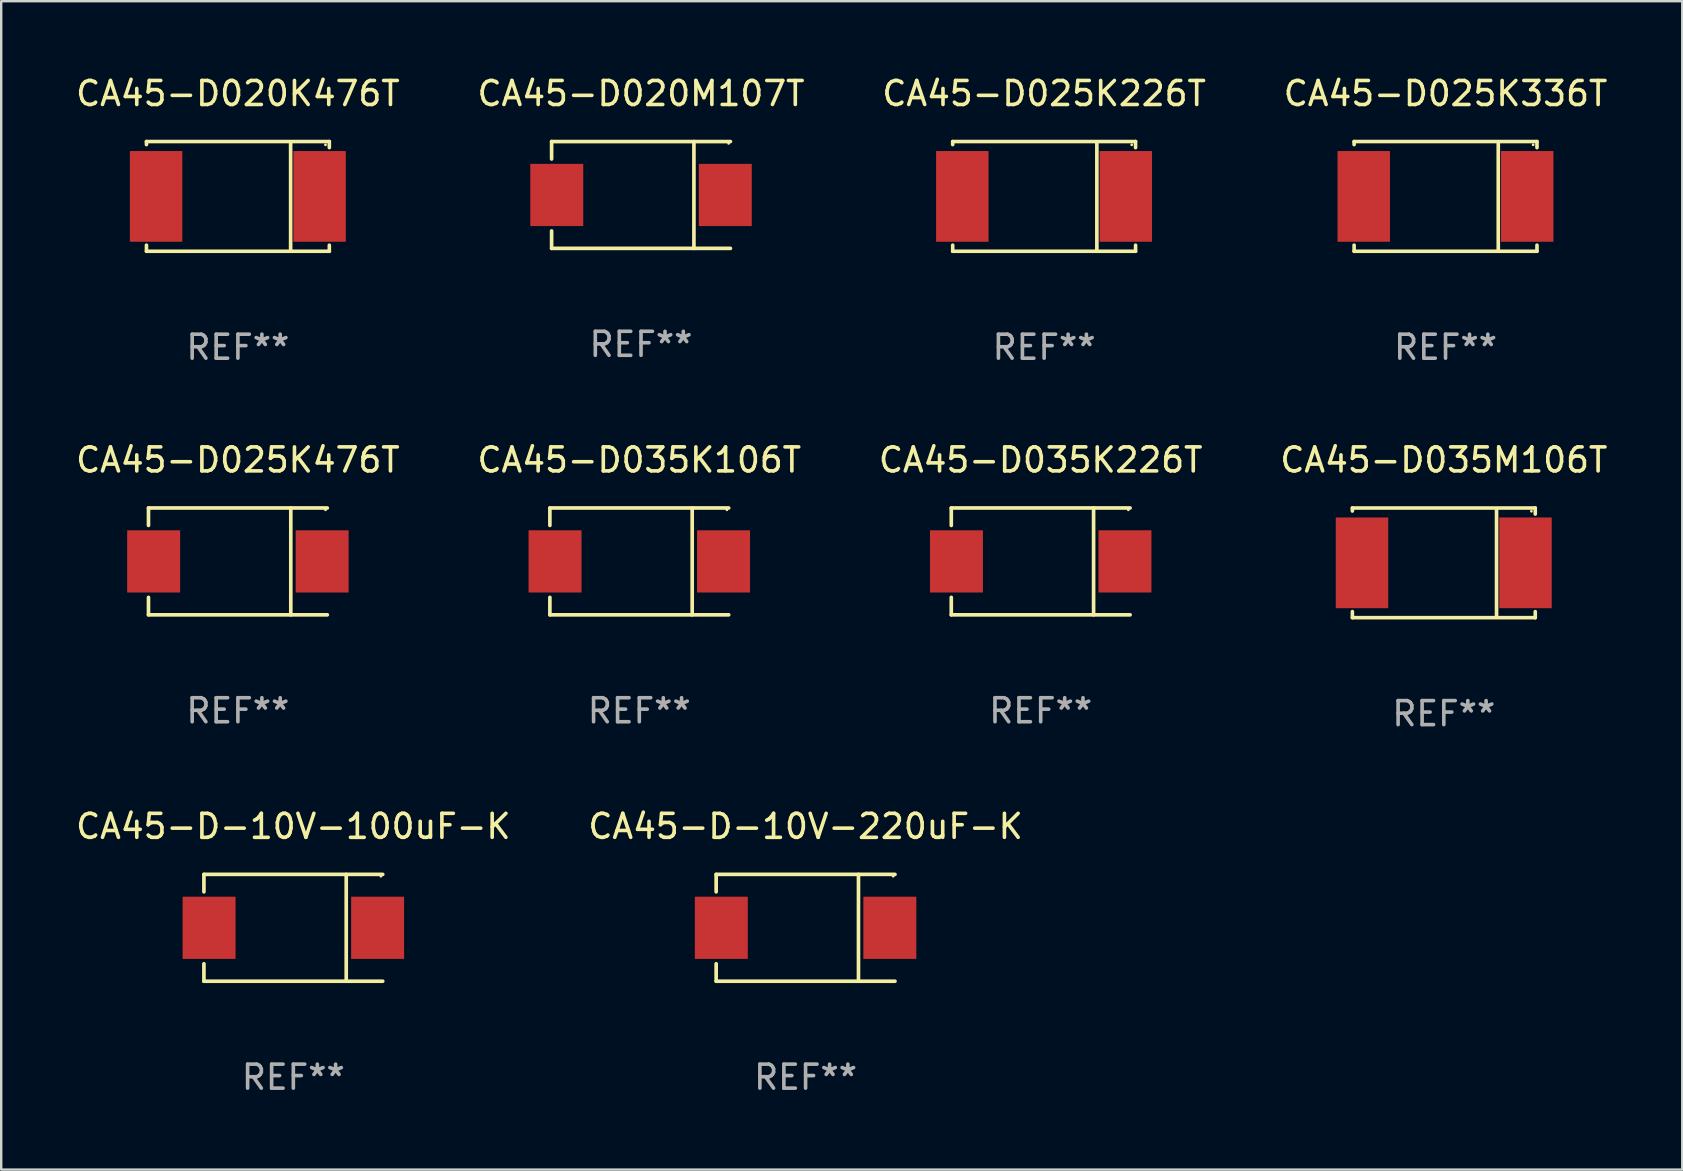
<source format=kicad_pcb>
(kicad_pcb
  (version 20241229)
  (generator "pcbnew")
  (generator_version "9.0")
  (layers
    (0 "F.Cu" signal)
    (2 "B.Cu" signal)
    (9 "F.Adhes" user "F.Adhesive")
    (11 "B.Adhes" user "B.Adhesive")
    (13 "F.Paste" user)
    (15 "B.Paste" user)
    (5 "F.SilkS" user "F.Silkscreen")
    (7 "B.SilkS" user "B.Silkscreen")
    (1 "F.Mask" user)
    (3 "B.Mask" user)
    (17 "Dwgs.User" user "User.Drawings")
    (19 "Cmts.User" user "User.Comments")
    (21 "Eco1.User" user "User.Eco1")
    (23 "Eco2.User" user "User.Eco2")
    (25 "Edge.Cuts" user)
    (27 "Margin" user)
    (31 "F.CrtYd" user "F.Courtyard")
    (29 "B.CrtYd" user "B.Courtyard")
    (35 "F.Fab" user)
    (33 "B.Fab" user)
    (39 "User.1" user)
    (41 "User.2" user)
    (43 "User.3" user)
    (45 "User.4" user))
  (footprint "CA45-D035K106T"
    (layer "F.Cu")
    (at 23.589 20.343)
    (property "Reference" "CA45-D035K106T" (at 0 -4.226 0) (layer "F.SilkS") (effects (font (size 1 1) (thickness 0.15))))
    (attr through_hole)
    (fp_line (start -3.726 -2.226) (end -3.726 -1.499) (stroke (width 0.152) (type solid)) (layer "F.SilkS"))
    (fp_line (start -3.726 -2.226) (end 3.726 -2.226) (stroke (width 0.152) (type solid)) (layer "F.SilkS"))
    (fp_line (start -3.726 2.226) (end -3.726 1.499) (stroke (width 0.152) (type solid)) (layer "F.SilkS"))
    (fp_line (start -3.726 2.226) (end 3.726 2.226) (stroke (width 0.152) (type solid)) (layer "F.SilkS"))
    (fp_line (start 2.204 -2.226) (end 2.204 2.226) (stroke (width 0.152) (type solid)) (layer "F.SilkS"))
    (fp_circle (center 3.65 -2.15) (end 3.68 -2.15) (stroke (width 0.06) (type solid)) (fill no) (layer "F.SilkS"))
    (fp_text user "REF**" (at 0 6.226 0) (layer "F.Fab") (effects (font (size 1 1) (thickness 0.15))))
    (pad "1" smd rect (at 3.511 0) (size 2.207 2.592) (layers "F.Cu" "F.Mask" "F.Paste"))
    (pad "2" smd rect (at -3.511 0) (size 2.207 2.592) (layers "F.Cu" "F.Mask" "F.Paste")))
  (footprint "CA45-D035K226T"
    (layer "F.Cu")
    (at 40.315 20.343)
    (property "Reference" "CA45-D035K226T" (at 0 -4.226 0) (layer "F.SilkS") (effects (font (size 1 1) (thickness 0.15))))
    (attr through_hole)
    (fp_line (start -3.726 -2.226) (end -3.726 -1.499) (stroke (width 0.152) (type solid)) (layer "F.SilkS"))
    (fp_line (start -3.726 -2.226) (end 3.726 -2.226) (stroke (width 0.152) (type solid)) (layer "F.SilkS"))
    (fp_line (start -3.726 2.226) (end -3.726 1.499) (stroke (width 0.152) (type solid)) (layer "F.SilkS"))
    (fp_line (start -3.726 2.226) (end 3.726 2.226) (stroke (width 0.152) (type solid)) (layer "F.SilkS"))
    (fp_line (start 2.204 -2.226) (end 2.204 2.226) (stroke (width 0.152) (type solid)) (layer "F.SilkS"))
    (fp_circle (center 3.65 -2.15) (end 3.68 -2.15) (stroke (width 0.06) (type solid)) (fill no) (layer "F.SilkS"))
    (fp_text user "REF**" (at 0 6.226 0) (layer "F.Fab") (effects (font (size 1 1) (thickness 0.15))))
    (pad "1" smd rect (at 3.511 0) (size 2.207 2.592) (layers "F.Cu" "F.Mask" "F.Paste"))
    (pad "2" smd rect (at -3.511 0) (size 2.207 2.592) (layers "F.Cu" "F.Mask" "F.Paste")))
  (footprint "CA45-D020M107T"
    (layer "F.Cu")
    (at 23.661 5.074)
    (property "Reference" "CA45-D020M107T" (at 0 -4.226 0) (layer "F.SilkS") (effects (font (size 1 1) (thickness 0.15))))
    (attr through_hole)
    (fp_line (start -3.726 -2.226) (end -3.726 -1.499) (stroke (width 0.152) (type solid)) (layer "F.SilkS"))
    (fp_line (start -3.726 -2.226) (end 3.726 -2.226) (stroke (width 0.152) (type solid)) (layer "F.SilkS"))
    (fp_line (start -3.726 2.226) (end -3.726 1.499) (stroke (width 0.152) (type solid)) (layer "F.SilkS"))
    (fp_line (start -3.726 2.226) (end 3.726 2.226) (stroke (width 0.152) (type solid)) (layer "F.SilkS"))
    (fp_line (start 2.204 -2.226) (end 2.204 2.226) (stroke (width 0.152) (type solid)) (layer "F.SilkS"))
    (fp_circle (center 3.65 -2.15) (end 3.68 -2.15) (stroke (width 0.06) (type solid)) (fill no) (layer "F.SilkS"))
    (fp_text user "REF**" (at 0 6.226 0) (layer "F.Fab") (effects (font (size 1 1) (thickness 0.15))))
    (pad "1" smd rect (at 3.511 0) (size 2.207 2.592) (layers "F.Cu" "F.Mask" "F.Paste"))
    (pad "2" smd rect (at -3.511 0) (size 2.207 2.592) (layers "F.Cu" "F.Mask" "F.Paste")))
  (footprint "CA45-D025K476T"
    (layer "F.Cu")
    (at 6.863 20.343)
    (property "Reference" "CA45-D025K476T" (at 0 -4.226 0) (layer "F.SilkS") (effects (font (size 1 1) (thickness 0.15))))
    (attr through_hole)
    (fp_line (start -3.726 -2.226) (end -3.726 -1.499) (stroke (width 0.152) (type solid)) (layer "F.SilkS"))
    (fp_line (start -3.726 -2.226) (end 3.726 -2.226) (stroke (width 0.152) (type solid)) (layer "F.SilkS"))
    (fp_line (start -3.726 2.226) (end -3.726 1.499) (stroke (width 0.152) (type solid)) (layer "F.SilkS"))
    (fp_line (start -3.726 2.226) (end 3.726 2.226) (stroke (width 0.152) (type solid)) (layer "F.SilkS"))
    (fp_line (start 2.204 -2.226) (end 2.204 2.226) (stroke (width 0.152) (type solid)) (layer "F.SilkS"))
    (fp_circle (center 3.65 -2.15) (end 3.68 -2.15) (stroke (width 0.06) (type solid)) (fill no) (layer "F.SilkS"))
    (fp_text user "REF**" (at 0 6.226 0) (layer "F.Fab") (effects (font (size 1 1) (thickness 0.15))))
    (pad "1" smd rect (at 3.511 0) (size 2.207 2.592) (layers "F.Cu" "F.Mask" "F.Paste"))
    (pad "2" smd rect (at -3.511 0) (size 2.207 2.592) (layers "F.Cu" "F.Mask" "F.Paste")))
  (footprint "CA45-D025K336T"
    (layer "F.Cu")
    (at 57.185 5.134)
    (property "Reference" "CA45-D025K336T" (at 0 -4.286 0) (layer "F.SilkS") (effects (font (size 1 1) (thickness 0.15))))
    (attr through_hole)
    (fp_line (start -3.81 -2.286) (end -3.81 -2.159) (stroke (width 0.15) (type solid)) (layer "F.SilkS"))
    (fp_line (start -3.81 2.032) (end -3.81 2.286) (stroke (width 0.15) (type solid)) (layer "F.SilkS"))
    (fp_line (start -3.81 2.286) (end 3.81 2.286) (stroke (width 0.15) (type solid)) (layer "F.SilkS"))
    (fp_line (start 2.197 -2.226) (end 2.197 2.226) (stroke (width 0.152) (type solid)) (layer "F.SilkS"))
    (fp_line (start 3.81 -2.286) (end -3.81 -2.286) (stroke (width 0.15) (type solid)) (layer "F.SilkS"))
    (fp_line (start 3.81 -2.032) (end 3.81 -2.286) (stroke (width 0.15) (type solid)) (layer "F.SilkS"))
    (fp_line (start 3.81 2.286) (end 3.81 2.032) (stroke (width 0.15) (type solid)) (layer "F.SilkS"))
    (fp_circle (center 3.65 -2.15) (end 3.68 -2.15) (stroke (width 0.06) (type solid)) (fill no) (layer "F.SilkS"))
    (fp_text user "REF**" (at 0 6.286 0) (layer "F.Fab") (effects (font (size 1 1) (thickness 0.15))))
    (pad "1" smd rect (at 3.404 0 180) (size 2.185 3.78) (layers "F.Cu" "F.Mask" "F.Paste"))
    (pad "2" smd rect (at -3.409 0 180) (size 2.185 3.78) (layers "F.Cu" "F.Mask" "F.Paste")))
  (footprint "CA45-D-10V-220uF-K"
    (layer "F.Cu")
    (at 30.518 35.611)
    (property "Reference" "CA45-D-10V-220uF-K" (at 0 -4.226 0) (layer "F.SilkS") (effects (font (size 1 1) (thickness 0.15))))
    (attr through_hole)
    (fp_line (start -3.726 -2.226) (end -3.726 -1.499) (stroke (width 0.152) (type solid)) (layer "F.SilkS"))
    (fp_line (start -3.726 -2.226) (end 3.726 -2.226) (stroke (width 0.152) (type solid)) (layer "F.SilkS"))
    (fp_line (start -3.726 2.226) (end -3.726 1.499) (stroke (width 0.152) (type solid)) (layer "F.SilkS"))
    (fp_line (start -3.726 2.226) (end 3.726 2.226) (stroke (width 0.152) (type solid)) (layer "F.SilkS"))
    (fp_line (start 2.204 -2.226) (end 2.204 2.226) (stroke (width 0.152) (type solid)) (layer "F.SilkS"))
    (fp_circle (center 3.65 -2.15) (end 3.68 -2.15) (stroke (width 0.06) (type solid)) (fill no) (layer "F.SilkS"))
    (fp_text user "REF**" (at 0 6.226 0) (layer "F.Fab") (effects (font (size 1 1) (thickness 0.15))))
    (pad "1" smd rect (at 3.511 0) (size 2.207 2.592) (layers "F.Cu" "F.Mask" "F.Paste"))
    (pad "2" smd rect (at -3.511 0) (size 2.207 2.592) (layers "F.Cu" "F.Mask" "F.Paste")))
  (footprint "CA45-D-10V-100uF-K"
    (layer "F.Cu")
    (at 9.173 35.611)
    (property "Reference" "CA45-D-10V-100uF-K" (at 0 -4.226 0) (layer "F.SilkS") (effects (font (size 1 1) (thickness 0.15))))
    (attr through_hole)
    (fp_line (start -3.726 -2.226) (end -3.726 -1.499) (stroke (width 0.152) (type solid)) (layer "F.SilkS"))
    (fp_line (start -3.726 -2.226) (end 3.726 -2.226) (stroke (width 0.152) (type solid)) (layer "F.SilkS"))
    (fp_line (start -3.726 2.226) (end -3.726 1.499) (stroke (width 0.152) (type solid)) (layer "F.SilkS"))
    (fp_line (start -3.726 2.226) (end 3.726 2.226) (stroke (width 0.152) (type solid)) (layer "F.SilkS"))
    (fp_line (start 2.204 -2.226) (end 2.204 2.226) (stroke (width 0.152) (type solid)) (layer "F.SilkS"))
    (fp_circle (center 3.65 -2.15) (end 3.68 -2.15) (stroke (width 0.06) (type solid)) (fill no) (layer "F.SilkS"))
    (fp_text user "REF**" (at 0 6.226 0) (layer "F.Fab") (effects (font (size 1 1) (thickness 0.15))))
    (pad "1" smd rect (at 3.511 0) (size 2.207 2.592) (layers "F.Cu" "F.Mask" "F.Paste"))
    (pad "2" smd rect (at -3.511 0) (size 2.207 2.592) (layers "F.Cu" "F.Mask" "F.Paste")))
  (footprint "CA45-D025K226T"
    (layer "F.Cu")
    (at 40.458 5.134)
    (property "Reference" "CA45-D025K226T" (at 0 -4.286 0) (layer "F.SilkS") (effects (font (size 1 1) (thickness 0.15))))
    (attr through_hole)
    (fp_line (start -3.81 -2.286) (end -3.81 -2.159) (stroke (width 0.15) (type solid)) (layer "F.SilkS"))
    (fp_line (start -3.81 2.032) (end -3.81 2.286) (stroke (width 0.15) (type solid)) (layer "F.SilkS"))
    (fp_line (start -3.81 2.286) (end 3.81 2.286) (stroke (width 0.15) (type solid)) (layer "F.SilkS"))
    (fp_line (start 2.197 -2.226) (end 2.197 2.226) (stroke (width 0.152) (type solid)) (layer "F.SilkS"))
    (fp_line (start 3.81 -2.286) (end -3.81 -2.286) (stroke (width 0.15) (type solid)) (layer "F.SilkS"))
    (fp_line (start 3.81 -2.032) (end 3.81 -2.286) (stroke (width 0.15) (type solid)) (layer "F.SilkS"))
    (fp_line (start 3.81 2.286) (end 3.81 2.032) (stroke (width 0.15) (type solid)) (layer "F.SilkS"))
    (fp_circle (center 3.65 -2.15) (end 3.68 -2.15) (stroke (width 0.06) (type solid)) (fill no) (layer "F.SilkS"))
    (fp_text user "REF**" (at 0 6.286 0) (layer "F.Fab") (effects (font (size 1 1) (thickness 0.15))))
    (pad "1" smd rect (at 3.404 0 180) (size 2.185 3.78) (layers "F.Cu" "F.Mask" "F.Paste"))
    (pad "2" smd rect (at -3.409 0 180) (size 2.185 3.78) (layers "F.Cu" "F.Mask" "F.Paste")))
  (footprint "CA45-D020K476T"
    (layer "F.Cu")
    (at 6.863 5.134)
    (property "Reference" "CA45-D020K476T" (at 0 -4.286 0) (layer "F.SilkS") (effects (font (size 1 1) (thickness 0.15))))
    (attr through_hole)
    (fp_line (start -3.81 -2.286) (end -3.81 -2.159) (stroke (width 0.15) (type solid)) (layer "F.SilkS"))
    (fp_line (start -3.81 2.032) (end -3.81 2.286) (stroke (width 0.15) (type solid)) (layer "F.SilkS"))
    (fp_line (start -3.81 2.286) (end 3.81 2.286) (stroke (width 0.15) (type solid)) (layer "F.SilkS"))
    (fp_line (start 2.197 -2.226) (end 2.197 2.226) (stroke (width 0.152) (type solid)) (layer "F.SilkS"))
    (fp_line (start 3.81 -2.286) (end -3.81 -2.286) (stroke (width 0.15) (type solid)) (layer "F.SilkS"))
    (fp_line (start 3.81 -2.032) (end 3.81 -2.286) (stroke (width 0.15) (type solid)) (layer "F.SilkS"))
    (fp_line (start 3.81 2.286) (end 3.81 2.032) (stroke (width 0.15) (type solid)) (layer "F.SilkS"))
    (fp_circle (center 3.65 -2.15) (end 3.68 -2.15) (stroke (width 0.06) (type solid)) (fill no) (layer "F.SilkS"))
    (fp_text user "REF**" (at 0 6.286 0) (layer "F.Fab") (effects (font (size 1 1) (thickness 0.15))))
    (pad "1" smd rect (at 3.404 0 180) (size 2.185 3.78) (layers "F.Cu" "F.Mask" "F.Paste"))
    (pad "2" smd rect (at -3.409 0 180) (size 2.185 3.78) (layers "F.Cu" "F.Mask" "F.Paste")))
  (footprint "CA45-D035M106T"
    (layer "F.Cu")
    (at 57.113 20.403)
    (property "Reference" "CA45-D035M106T" (at 0 -4.286 0) (layer "F.SilkS") (effects (font (size 1 1) (thickness 0.15))))
    (attr through_hole)
    (fp_line (start -3.81 -2.286) (end -3.81 -2.159) (stroke (width 0.15) (type solid)) (layer "F.SilkS"))
    (fp_line (start -3.81 2.032) (end -3.81 2.286) (stroke (width 0.15) (type solid)) (layer "F.SilkS"))
    (fp_line (start -3.81 2.286) (end 3.81 2.286) (stroke (width 0.15) (type solid)) (layer "F.SilkS"))
    (fp_line (start 2.197 -2.226) (end 2.197 2.226) (stroke (width 0.152) (type solid)) (layer "F.SilkS"))
    (fp_line (start 3.81 -2.286) (end -3.81 -2.286) (stroke (width 0.15) (type solid)) (layer "F.SilkS"))
    (fp_line (start 3.81 -2.032) (end 3.81 -2.286) (stroke (width 0.15) (type solid)) (layer "F.SilkS"))
    (fp_line (start 3.81 2.286) (end 3.81 2.032) (stroke (width 0.15) (type solid)) (layer "F.SilkS"))
    (fp_circle (center 3.65 -2.15) (end 3.68 -2.15) (stroke (width 0.06) (type solid)) (fill no) (layer "F.SilkS"))
    (fp_text user "REF**" (at 0 6.286 0) (layer "F.Fab") (effects (font (size 1 1) (thickness 0.15))))
    (pad "1" smd rect (at 3.404 0 180) (size 2.185 3.78) (layers "F.Cu" "F.Mask" "F.Paste"))
    (pad "2" smd rect (at -3.409 0 180) (size 2.185 3.78) (layers "F.Cu" "F.Mask" "F.Paste")))
  (gr_rect
    (start -3 -3)
    (end 67.048 45.686)
    (stroke (width 0.1) (type default))
    (fill no)
    (layer "Edge.Cuts")))
</source>
